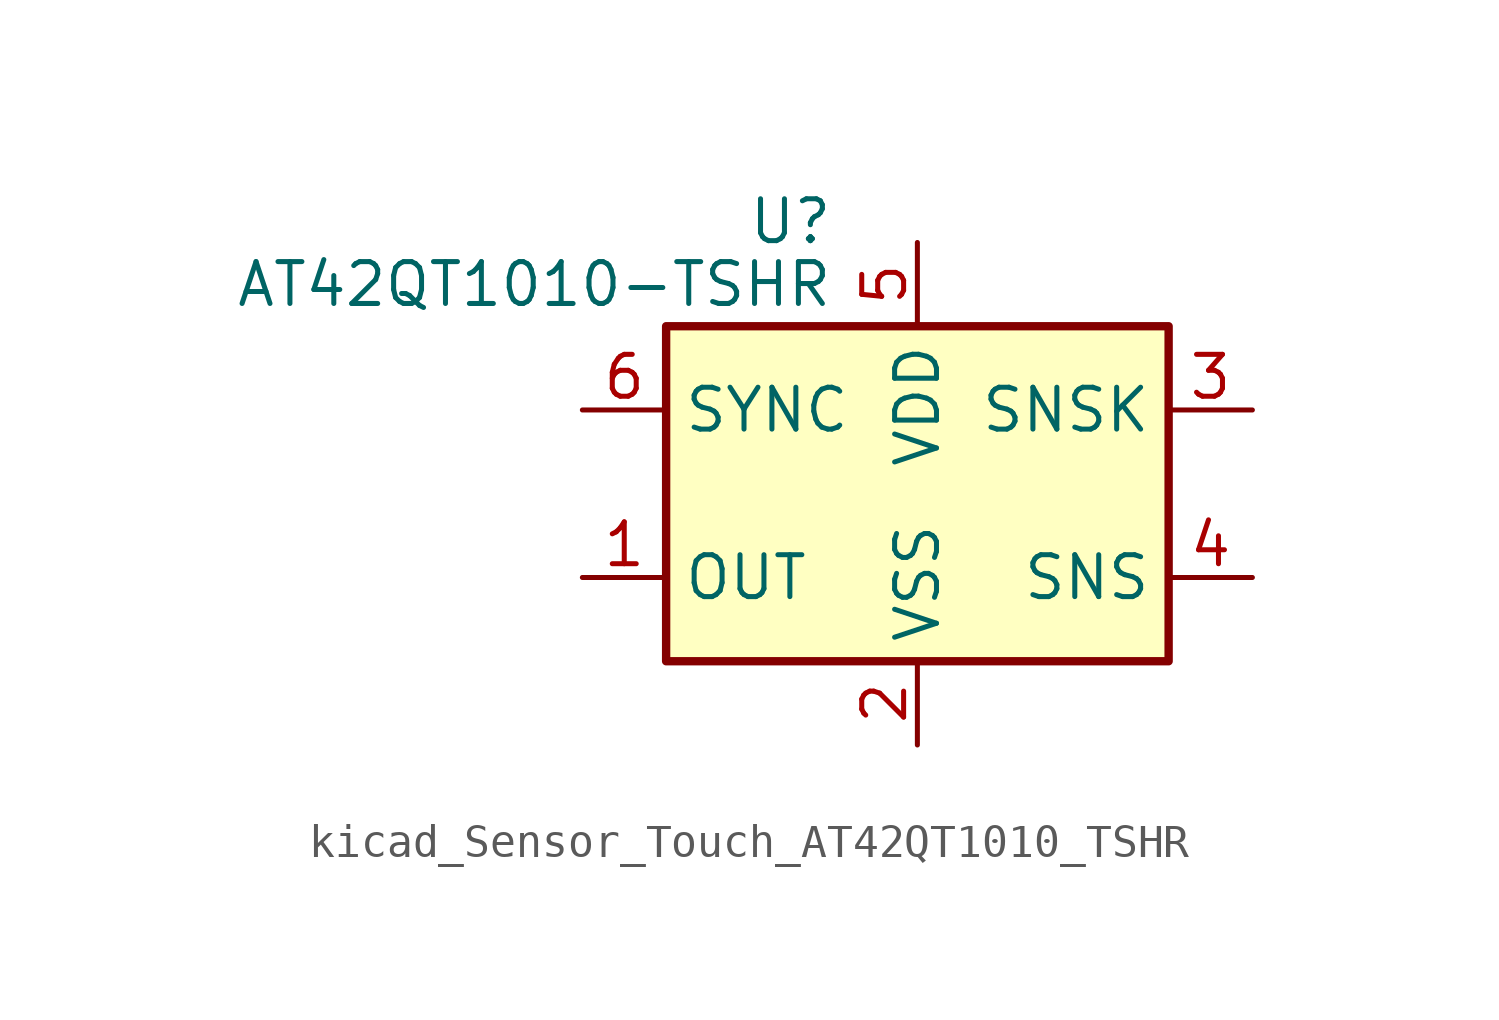
<source format=kicad_sym>
(kicad_symbol_lib
  (version 20220914)
  (generator kicad_symbol_editor)
  (symbol "kicad_Sensor_Touch_AT42QT1010_TSHR"
    (property "Reference" "U"
      (at -2.54 8.255 0)
      (effects (font (size 1.27 1.27)) (justify right)))
    (property "Value" "AT42QT1010-TSHR"
      (at -2.54 6.35 0)
      (effects (font (size 1.27 1.27)) (justify right)))
    (symbol "kicad_Sensor_Touch_AT42QT1010_TSHR_0_1"
      (rectangle (start -7.62 5.08) (end 7.62 -5.08) (stroke (width 0.254) (type default)) (fill (type background))))
    (symbol "kicad_Sensor_Touch_AT42QT1010_TSHR_1_1"
      (pin output line (at -10.16 -2.54 0) (length 2.54) (name "OUT" (effects (font (size 1.27 1.27)))) (number "1" (effects (font (size 1.27 1.27)))))
      (pin power_in line (at 0 -7.62 90) (length 2.54) (name "VSS" (effects (font (size 1.27 1.27)))) (number "2" (effects (font (size 1.27 1.27)))))
      (pin passive line (at 10.16 2.54 180) (length 2.54) (name "SNSK" (effects (font (size 1.27 1.27)))) (number "3" (effects (font (size 1.27 1.27)))))
      (pin passive line (at 10.16 -2.54 180) (length 2.54) (name "SNS" (effects (font (size 1.27 1.27)))) (number "4" (effects (font (size 1.27 1.27)))))
      (pin power_in line (at 0 7.62 270) (length 2.54) (name "VDD" (effects (font (size 1.27 1.27)))) (number "5" (effects (font (size 1.27 1.27)))))
      (pin input line (at -10.16 2.54 0) (length 2.54) (name "SYNC" (effects (font (size 1.27 1.27)))) (number "6" (effects (font (size 1.27 1.27))))))))
</source>
